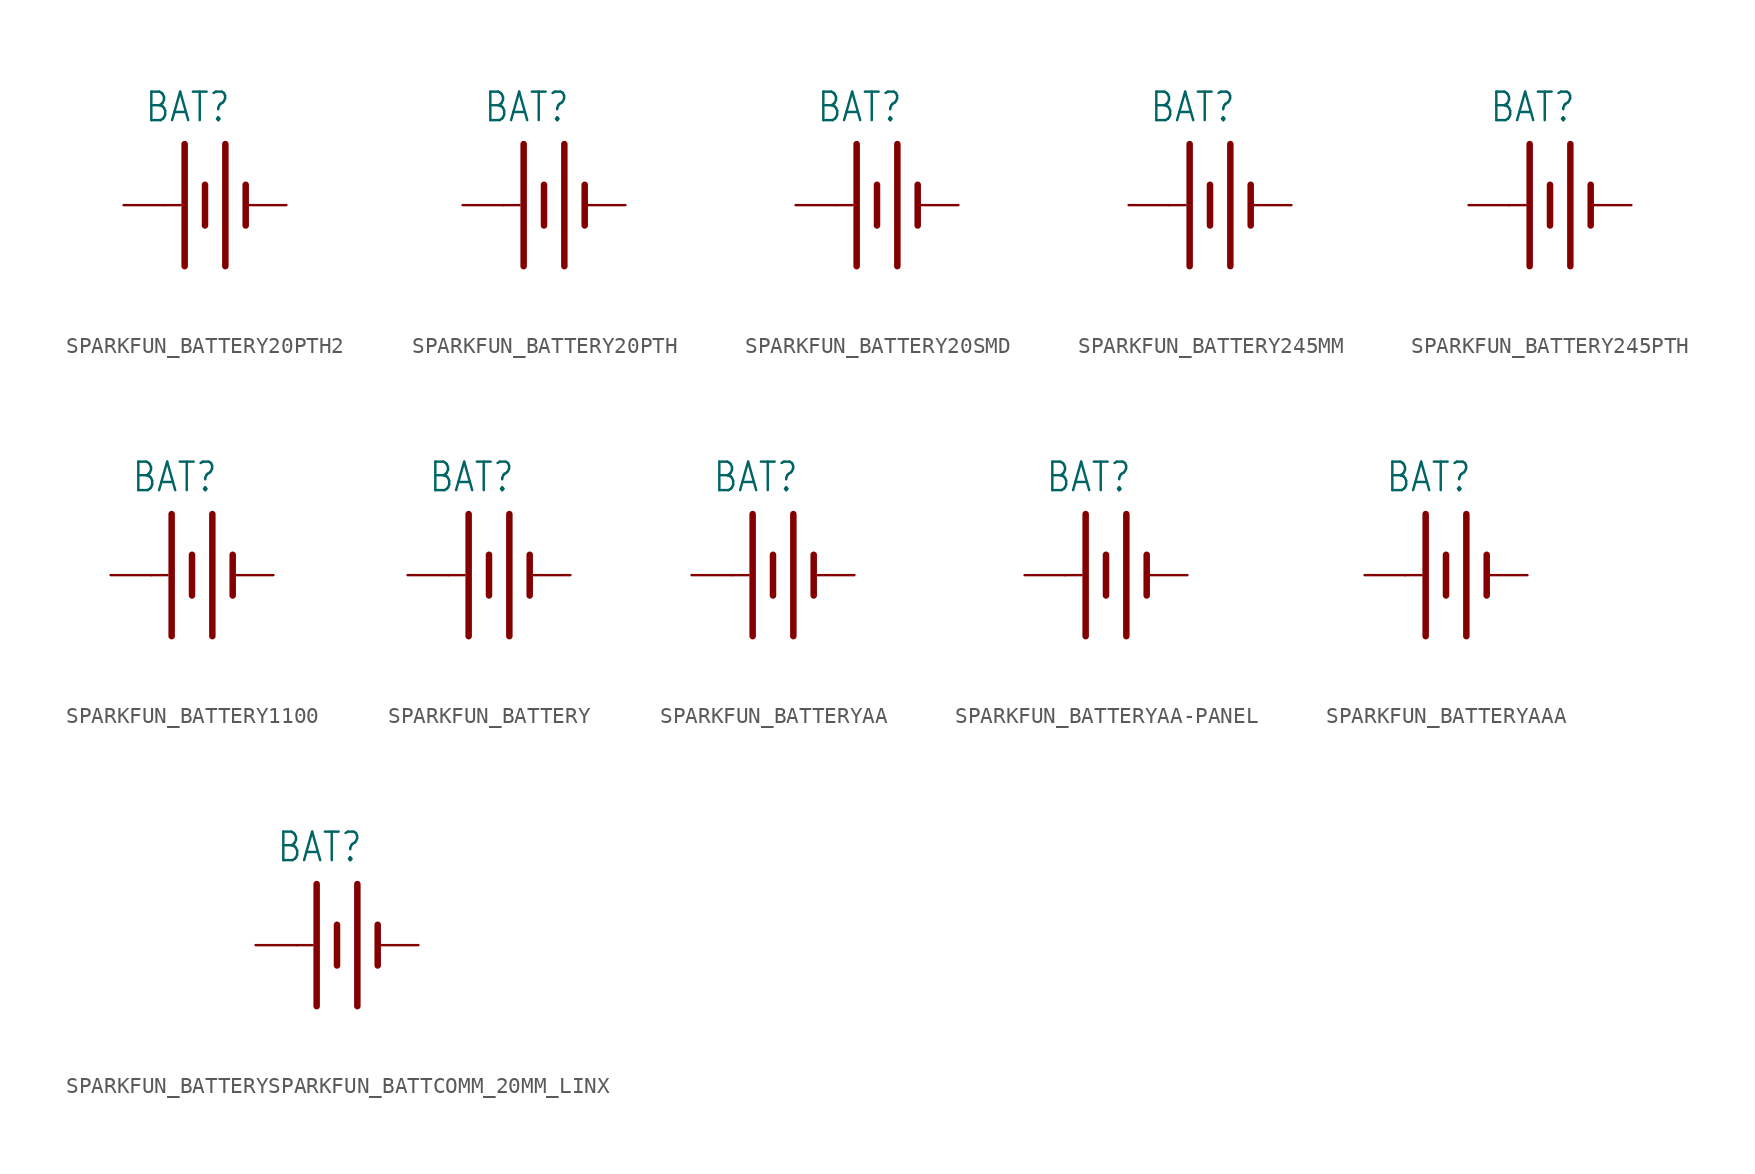
<source format=kicad_sym>
(kicad_symbol_lib
  (version 20241209)
  (generator "kicad_symbol_editor")
  (generator_version "9.0")
  (symbol "SPARKFUN_BATTERY20PTH2"
    (property "Reference" "BAT"
      (at -3.81 5.08 0)
      (effects (font (size 1.778 1.511)) (justify left bottom)))
    (property "Value" ""
      (at -3.81 -6.35 0)
      (effects (font (size 1.778 1.511)) (justify left bottom)))
    (property "ki_locked" ""
      (at 0 0 0)
      (effects (font (size 1.27 1.27))))
    (symbol "SPARKFUN_BATTERY20PTH2_1_0"
      (polyline (pts (xy -2.54 0) (xy -1.524 0)) (stroke (width 0.152) (type solid)) (fill (type none)))
      (polyline (pts (xy -1.27 3.81) (xy -1.27 -3.81)) (stroke (width 0.406) (type solid)) (fill (type none)))
      (polyline (pts (xy 0 1.27) (xy 0 -1.27)) (stroke (width 0.406) (type solid)) (fill (type none)))
      (polyline (pts (xy 1.27 3.81) (xy 1.27 -3.81)) (stroke (width 0.406) (type solid)) (fill (type none)))
      (polyline (pts (xy 2.54 1.27) (xy 2.54 -1.27)) (stroke (width 0.406) (type solid)) (fill (type none)))
      (pin power_in line (at -5.08 0 0) (length 2.54) (name "+" (effects (font (size 0 0)))) (number "+" (effects (font (size 0 0)))))
      (pin power_in line (at 5.08 0 180) (length 2.54) (name "-" (effects (font (size 0 0)))) (number "-" (effects (font (size 0 0)))))))
  (symbol "SPARKFUN_BATTERY20PTH"
    (property "Reference" "BAT"
      (at -3.81 5.08 0)
      (effects (font (size 1.778 1.511)) (justify left bottom)))
    (property "Value" ""
      (at -3.81 -6.35 0)
      (effects (font (size 1.778 1.511)) (justify left bottom)))
    (property "ki_locked" ""
      (at 0 0 0)
      (effects (font (size 1.27 1.27))))
    (symbol "SPARKFUN_BATTERY20PTH_1_0"
      (polyline (pts (xy -2.54 0) (xy -1.524 0)) (stroke (width 0.152) (type solid)) (fill (type none)))
      (polyline (pts (xy -1.27 3.81) (xy -1.27 -3.81)) (stroke (width 0.406) (type solid)) (fill (type none)))
      (polyline (pts (xy 0 1.27) (xy 0 -1.27)) (stroke (width 0.406) (type solid)) (fill (type none)))
      (polyline (pts (xy 1.27 3.81) (xy 1.27 -3.81)) (stroke (width 0.406) (type solid)) (fill (type none)))
      (polyline (pts (xy 2.54 1.27) (xy 2.54 -1.27)) (stroke (width 0.406) (type solid)) (fill (type none)))
      (pin power_in line (at -5.08 0 0) (length 2.54) (name "+" (effects (font (size 0 0)))) (number "1" (effects (font (size 0 0)))))
      (pin power_in line (at 5.08 0 180) (length 2.54) (name "-" (effects (font (size 0 0)))) (number "2" (effects (font (size 0 0)))))))
  (symbol "SPARKFUN_BATTERY20SMD"
    (property "Reference" "BAT"
      (at -3.81 5.08 0)
      (effects (font (size 1.778 1.511)) (justify left bottom)))
    (property "Value" ""
      (at -3.81 -6.35 0)
      (effects (font (size 1.778 1.511)) (justify left bottom)))
    (property "ki_locked" ""
      (at 0 0 0)
      (effects (font (size 1.27 1.27))))
    (symbol "SPARKFUN_BATTERY20SMD_1_0"
      (polyline (pts (xy -2.54 0) (xy -1.524 0)) (stroke (width 0.152) (type solid)) (fill (type none)))
      (polyline (pts (xy -1.27 3.81) (xy -1.27 -3.81)) (stroke (width 0.406) (type solid)) (fill (type none)))
      (polyline (pts (xy 0 1.27) (xy 0 -1.27)) (stroke (width 0.406) (type solid)) (fill (type none)))
      (polyline (pts (xy 1.27 3.81) (xy 1.27 -3.81)) (stroke (width 0.406) (type solid)) (fill (type none)))
      (polyline (pts (xy 2.54 1.27) (xy 2.54 -1.27)) (stroke (width 0.406) (type solid)) (fill (type none)))
      (pin power_in line (at -5.08 0 0) (length 2.54) (name "+" (effects (font (size 0 0)))) (number "1" (effects (font (size 0 0)))))
      (pin power_in line (at 5.08 0 180) (length 2.54) (name "-" (effects (font (size 0 0)))) (number "2" (effects (font (size 0 0)))))))
  (symbol "SPARKFUN_BATTERY245MM"
    (property "Reference" "BAT"
      (at -3.81 5.08 0)
      (effects (font (size 1.778 1.511)) (justify left bottom)))
    (property "Value" ""
      (at -3.81 -6.35 0)
      (effects (font (size 1.778 1.511)) (justify left bottom)))
    (property "ki_locked" ""
      (at 0 0 0)
      (effects (font (size 1.27 1.27))))
    (symbol "SPARKFUN_BATTERY245MM_1_0"
      (polyline (pts (xy -2.54 0) (xy -1.524 0)) (stroke (width 0.152) (type solid)) (fill (type none)))
      (polyline (pts (xy -1.27 3.81) (xy -1.27 -3.81)) (stroke (width 0.406) (type solid)) (fill (type none)))
      (polyline (pts (xy 0 1.27) (xy 0 -1.27)) (stroke (width 0.406) (type solid)) (fill (type none)))
      (polyline (pts (xy 1.27 3.81) (xy 1.27 -3.81)) (stroke (width 0.406) (type solid)) (fill (type none)))
      (polyline (pts (xy 2.54 1.27) (xy 2.54 -1.27)) (stroke (width 0.406) (type solid)) (fill (type none)))
      (pin power_in line (at -5.08 0 0) (length 2.54) (name "+" (effects (font (size 0 0)))) (number "1" (effects (font (size 0 0)))))
      (pin power_in line (at 5.08 0 180) (length 2.54) (name "-" (effects (font (size 0 0)))) (number "2" (effects (font (size 0 0)))))))
  (symbol "SPARKFUN_BATTERY245PTH"
    (property "Reference" "BAT"
      (at -3.81 5.08 0)
      (effects (font (size 1.778 1.511)) (justify left bottom)))
    (property "Value" ""
      (at -3.81 -6.35 0)
      (effects (font (size 1.778 1.511)) (justify left bottom)))
    (property "ki_locked" ""
      (at 0 0 0)
      (effects (font (size 1.27 1.27))))
    (symbol "SPARKFUN_BATTERY245PTH_1_0"
      (polyline (pts (xy -2.54 0) (xy -1.524 0)) (stroke (width 0.152) (type solid)) (fill (type none)))
      (polyline (pts (xy -1.27 3.81) (xy -1.27 -3.81)) (stroke (width 0.406) (type solid)) (fill (type none)))
      (polyline (pts (xy 0 1.27) (xy 0 -1.27)) (stroke (width 0.406) (type solid)) (fill (type none)))
      (polyline (pts (xy 1.27 3.81) (xy 1.27 -3.81)) (stroke (width 0.406) (type solid)) (fill (type none)))
      (polyline (pts (xy 2.54 1.27) (xy 2.54 -1.27)) (stroke (width 0.406) (type solid)) (fill (type none)))
      (pin power_in line (at -5.08 0 0) (length 2.54) (name "+" (effects (font (size 0 0)))) (number "3" (effects (font (size 0 0)))))
      (pin power_in line (at 5.08 0 180) (length 2.54) (name "-" (effects (font (size 0 0)))) (number "2" (effects (font (size 0 0)))))))
  (symbol "SPARKFUN_BATTERY1100"
    (property "Reference" "BAT"
      (at -3.81 5.08 0)
      (effects (font (size 1.778 1.511)) (justify left bottom)))
    (property "Value" ""
      (at -3.81 -6.35 0)
      (effects (font (size 1.778 1.511)) (justify left bottom)))
    (property "ki_locked" ""
      (at 0 0 0)
      (effects (font (size 1.27 1.27))))
    (symbol "SPARKFUN_BATTERY1100_1_0"
      (polyline (pts (xy -2.54 0) (xy -1.524 0)) (stroke (width 0.152) (type solid)) (fill (type none)))
      (polyline (pts (xy -1.27 3.81) (xy -1.27 -3.81)) (stroke (width 0.406) (type solid)) (fill (type none)))
      (polyline (pts (xy 0 1.27) (xy 0 -1.27)) (stroke (width 0.406) (type solid)) (fill (type none)))
      (polyline (pts (xy 1.27 3.81) (xy 1.27 -3.81)) (stroke (width 0.406) (type solid)) (fill (type none)))
      (polyline (pts (xy 2.54 1.27) (xy 2.54 -1.27)) (stroke (width 0.406) (type solid)) (fill (type none)))
      (pin power_in line (at -5.08 0 0) (length 2.54) (name "+" (effects (font (size 0 0)))) (number "+" (effects (font (size 0 0)))))
      (pin power_in line (at 5.08 0 180) (length 2.54) (name "-" (effects (font (size 0 0)))) (number "-" (effects (font (size 0 0)))))))
  (symbol "SPARKFUN_BATTERY"
    (property "Reference" "BAT"
      (at -3.81 5.08 0)
      (effects (font (size 1.778 1.511)) (justify left bottom)))
    (property "Value" ""
      (at -3.81 -6.35 0)
      (effects (font (size 1.778 1.511)) (justify left bottom)))
    (property "ki_locked" ""
      (at 0 0 0)
      (effects (font (size 1.27 1.27))))
    (symbol "SPARKFUN_BATTERY_1_0"
      (polyline (pts (xy -2.54 0) (xy -1.524 0)) (stroke (width 0.152) (type solid)) (fill (type none)))
      (polyline (pts (xy -1.27 3.81) (xy -1.27 -3.81)) (stroke (width 0.406) (type solid)) (fill (type none)))
      (polyline (pts (xy 0 1.27) (xy 0 -1.27)) (stroke (width 0.406) (type solid)) (fill (type none)))
      (polyline (pts (xy 1.27 3.81) (xy 1.27 -3.81)) (stroke (width 0.406) (type solid)) (fill (type none)))
      (polyline (pts (xy 2.54 1.27) (xy 2.54 -1.27)) (stroke (width 0.406) (type solid)) (fill (type none)))
      (pin power_in line (at -5.08 0 0) (length 2.54) (name "+" (effects (font (size 0 0)))) (number "1" (effects (font (size 0 0)))))
      (pin power_in line (at 5.08 0 180) (length 2.54) (name "-" (effects (font (size 0 0)))) (number "2" (effects (font (size 0 0)))))))
  (symbol "SPARKFUN_BATTERYAA"
    (property "Reference" "BAT"
      (at -3.81 5.08 0)
      (effects (font (size 1.778 1.511)) (justify left bottom)))
    (property "Value" ""
      (at -3.81 -6.35 0)
      (effects (font (size 1.778 1.511)) (justify left bottom)))
    (property "ki_locked" ""
      (at 0 0 0)
      (effects (font (size 1.27 1.27))))
    (symbol "SPARKFUN_BATTERYAA_1_0"
      (polyline (pts (xy -2.54 0) (xy -1.524 0)) (stroke (width 0.152) (type solid)) (fill (type none)))
      (polyline (pts (xy -1.27 3.81) (xy -1.27 -3.81)) (stroke (width 0.406) (type solid)) (fill (type none)))
      (polyline (pts (xy 0 1.27) (xy 0 -1.27)) (stroke (width 0.406) (type solid)) (fill (type none)))
      (polyline (pts (xy 1.27 3.81) (xy 1.27 -3.81)) (stroke (width 0.406) (type solid)) (fill (type none)))
      (polyline (pts (xy 2.54 1.27) (xy 2.54 -1.27)) (stroke (width 0.406) (type solid)) (fill (type none)))
      (pin power_in line (at -5.08 0 0) (length 2.54) (name "+" (effects (font (size 0 0)))) (number "PWR@1" (effects (font (size 0 0)))))
      (pin power_in line (at 5.08 0 180) (length 2.54) (name "-" (effects (font (size 0 0)))) (number "GND@1" (effects (font (size 0 0)))))))
  (symbol "SPARKFUN_BATTERYAA-PANEL"
    (property "Reference" "BAT"
      (at -3.81 5.08 0)
      (effects (font (size 1.778 1.511)) (justify left bottom)))
    (property "Value" ""
      (at -3.81 -6.35 0)
      (effects (font (size 1.778 1.511)) (justify left bottom)))
    (property "ki_locked" ""
      (at 0 0 0)
      (effects (font (size 1.27 1.27))))
    (symbol "SPARKFUN_BATTERYAA-PANEL_1_0"
      (polyline (pts (xy -2.54 0) (xy -1.524 0)) (stroke (width 0.152) (type solid)) (fill (type none)))
      (polyline (pts (xy -1.27 3.81) (xy -1.27 -3.81)) (stroke (width 0.406) (type solid)) (fill (type none)))
      (polyline (pts (xy 0 1.27) (xy 0 -1.27)) (stroke (width 0.406) (type solid)) (fill (type none)))
      (polyline (pts (xy 1.27 3.81) (xy 1.27 -3.81)) (stroke (width 0.406) (type solid)) (fill (type none)))
      (polyline (pts (xy 2.54 1.27) (xy 2.54 -1.27)) (stroke (width 0.406) (type solid)) (fill (type none)))
      (pin power_in line (at -5.08 0 0) (length 2.54) (name "+" (effects (font (size 0 0)))) (number "+" (effects (font (size 0 0)))))
      (pin power_in line (at 5.08 0 180) (length 2.54) (name "-" (effects (font (size 0 0)))) (number "-" (effects (font (size 0 0)))))))
  (symbol "SPARKFUN_BATTERYAAA"
    (property "Reference" "BAT"
      (at -3.81 5.08 0)
      (effects (font (size 1.778 1.511)) (justify left bottom)))
    (property "Value" ""
      (at -3.81 -6.35 0)
      (effects (font (size 1.778 1.511)) (justify left bottom)))
    (property "ki_locked" ""
      (at 0 0 0)
      (effects (font (size 1.27 1.27))))
    (symbol "SPARKFUN_BATTERYAAA_1_0"
      (polyline (pts (xy -2.54 0) (xy -1.524 0)) (stroke (width 0.152) (type solid)) (fill (type none)))
      (polyline (pts (xy -1.27 3.81) (xy -1.27 -3.81)) (stroke (width 0.406) (type solid)) (fill (type none)))
      (polyline (pts (xy 0 1.27) (xy 0 -1.27)) (stroke (width 0.406) (type solid)) (fill (type none)))
      (polyline (pts (xy 1.27 3.81) (xy 1.27 -3.81)) (stroke (width 0.406) (type solid)) (fill (type none)))
      (polyline (pts (xy 2.54 1.27) (xy 2.54 -1.27)) (stroke (width 0.406) (type solid)) (fill (type none)))
      (pin power_in line (at -5.08 0 0) (length 2.54) (name "+" (effects (font (size 0 0)))) (number "PWR@1" (effects (font (size 0 0)))))
      (pin power_in line (at 5.08 0 180) (length 2.54) (name "-" (effects (font (size 0 0)))) (number "GND@1" (effects (font (size 0 0)))))))
  (symbol "SPARKFUN_BATTERYSPARKFUN_BATTCOMM_20MM_LINX"
    (property "Reference" "BAT"
      (at -3.81 5.08 0)
      (effects (font (size 1.778 1.511)) (justify left bottom)))
    (property "Value" ""
      (at -3.81 -6.35 0)
      (effects (font (size 1.778 1.511)) (justify left bottom)))
    (property "ki_locked" ""
      (at 0 0 0)
      (effects (font (size 1.27 1.27))))
    (symbol "SPARKFUN_BATTERYSPARKFUN_BATTCOMM_20MM_LINX_1_0"
      (polyline (pts (xy -2.54 0) (xy -1.524 0)) (stroke (width 0.152) (type solid)) (fill (type none)))
      (polyline (pts (xy -1.27 3.81) (xy -1.27 -3.81)) (stroke (width 0.406) (type solid)) (fill (type none)))
      (polyline (pts (xy 0 1.27) (xy 0 -1.27)) (stroke (width 0.406) (type solid)) (fill (type none)))
      (polyline (pts (xy 1.27 3.81) (xy 1.27 -3.81)) (stroke (width 0.406) (type solid)) (fill (type none)))
      (polyline (pts (xy 2.54 1.27) (xy 2.54 -1.27)) (stroke (width 0.406) (type solid)) (fill (type none)))
      (pin power_in line (at -5.08 0 0) (length 2.54) (name "+" (effects (font (size 0 0)))) (number "1" (effects (font (size 0 0)))))
      (pin power_in line (at 5.08 0 180) (length 2.54) (name "-" (effects (font (size 0 0)))) (number "2" (effects (font (size 0 0))))))))
</source>
